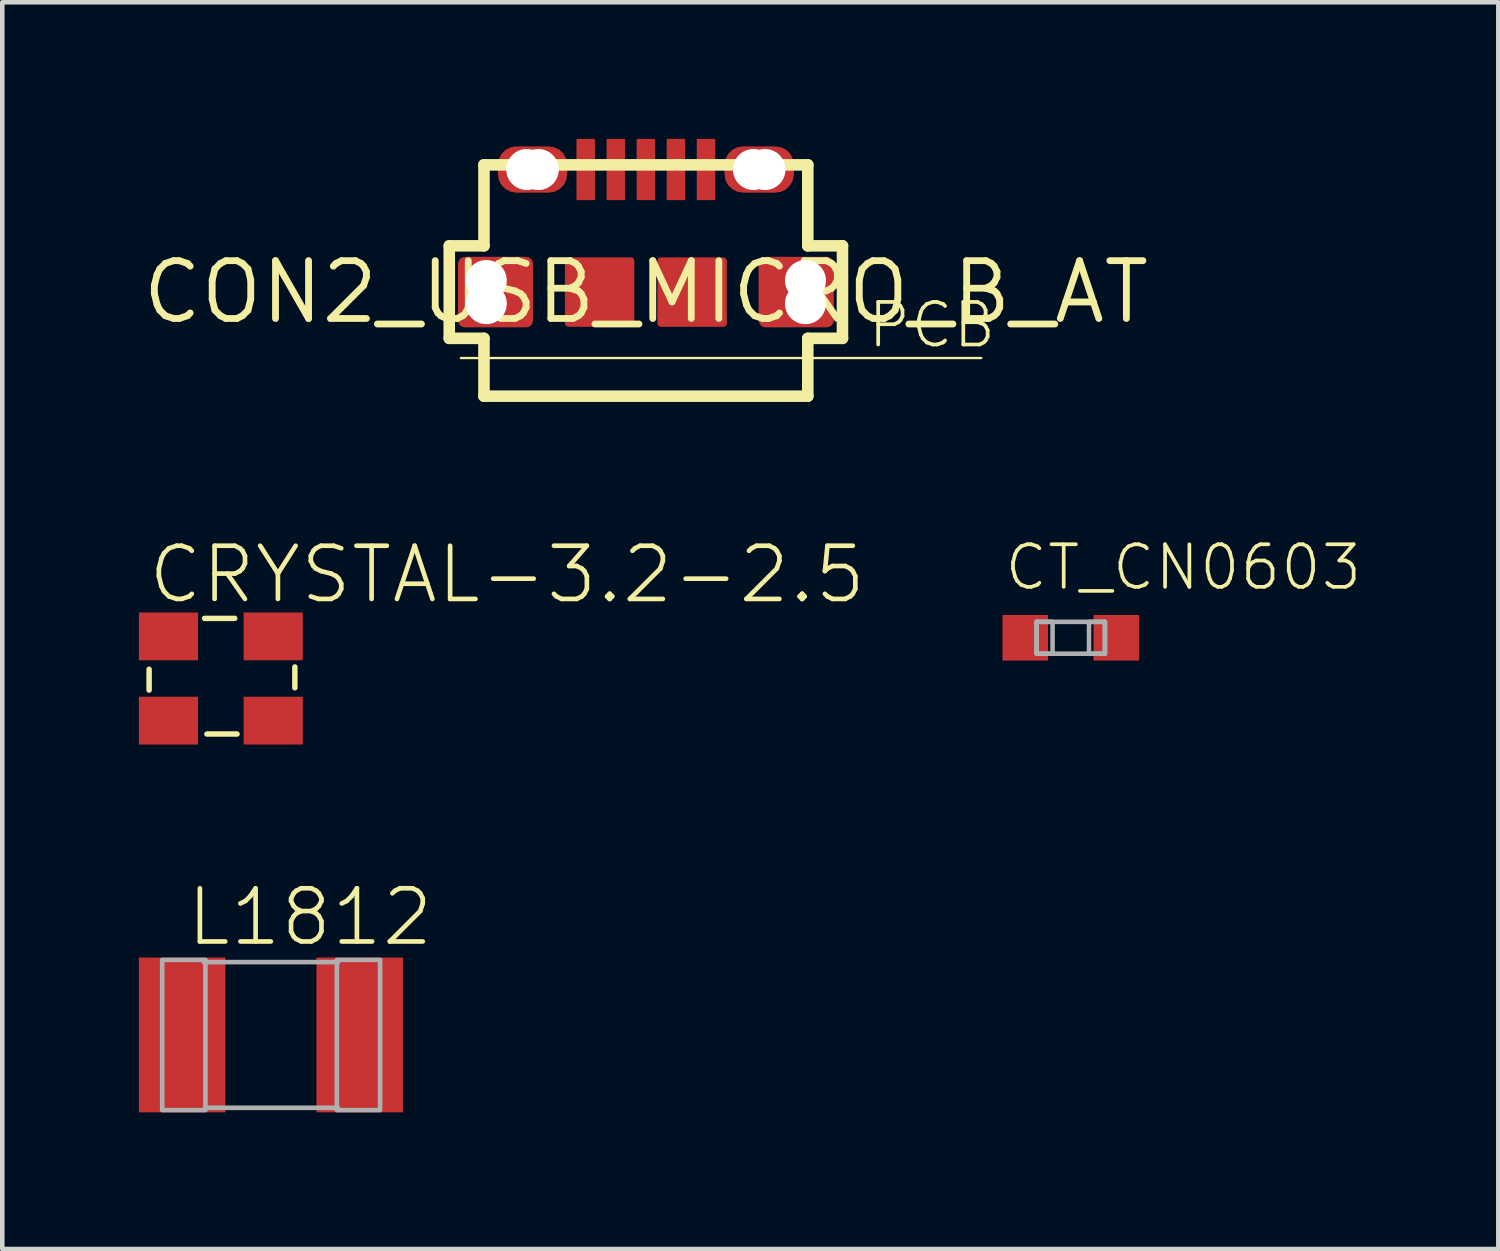
<source format=kicad_pcb>
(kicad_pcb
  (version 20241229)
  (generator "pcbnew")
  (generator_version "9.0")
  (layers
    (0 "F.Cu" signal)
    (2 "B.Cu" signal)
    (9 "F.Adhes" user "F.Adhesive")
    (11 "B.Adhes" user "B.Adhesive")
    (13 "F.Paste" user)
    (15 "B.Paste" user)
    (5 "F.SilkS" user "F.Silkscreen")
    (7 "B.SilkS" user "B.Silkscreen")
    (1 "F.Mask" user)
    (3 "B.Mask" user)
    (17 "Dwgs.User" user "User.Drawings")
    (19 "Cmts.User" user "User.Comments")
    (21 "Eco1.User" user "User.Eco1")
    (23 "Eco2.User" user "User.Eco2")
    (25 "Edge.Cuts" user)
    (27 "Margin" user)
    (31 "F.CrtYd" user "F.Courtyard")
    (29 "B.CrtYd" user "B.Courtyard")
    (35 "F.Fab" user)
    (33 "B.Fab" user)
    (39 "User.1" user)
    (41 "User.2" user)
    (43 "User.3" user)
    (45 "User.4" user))
  (footprint "L1812"
    (layer "F.Cu")
    (at 2.9 19.68)
    (property "Reference" "L1812" (at -1.905 -1.905 0) (layer "F.SilkS") (effects (font (size 1.168 1.168) (thickness 0.102)) (justify left bottom)))
    (fp_line (start -1.473 -1.6) (end 1.473 -1.6) (stroke (width 0.102) (type solid)) (layer "F.Fab"))
    (fp_line (start -1.448 1.6) (end 1.473 1.6) (stroke (width 0.102) (type solid)) (layer "F.Fab"))
    (fp_poly (pts (xy -2.388 1.651) (xy -1.438 1.651) (xy -1.438 -1.649) (xy -2.388 -1.649)) (stroke (width 0.1) (type solid)) (fill no) (layer "F.Fab"))
    (fp_poly (pts (xy 1.448 1.651) (xy 2.398 1.651) (xy 2.398 -1.649) (xy 1.448 -1.649)) (stroke (width 0.1) (type solid)) (fill no) (layer "F.Fab"))
    (pad "1" smd rect (at -1.95 0) (size 1.9 3.4) (layers "F.Cu" "F.Mask" "F.Paste"))
    (pad "2" smd rect (at 1.95 0) (size 1.9 3.4) (layers "F.Cu" "F.Mask" "F.Paste")))
  (footprint "CRYSTAL-3.2-2.5"
    (layer "F.Cu")
    (at 1.8 11.852)
    (property "Reference" "CRYSTAL-3.2-2.5" (at -1.65 -1.6 0) (layer "F.SilkS") (effects (font (size 1.168 1.168) (thickness 0.102)) (justify left bottom)))
    (fp_line (start -1.575 0.254) (end -1.575 -0.203) (stroke (width 0.12) (type solid)) (layer "F.SilkS"))
    (fp_line (start -0.356 -1.321) (end 0.305 -1.321) (stroke (width 0.12) (type solid)) (layer "F.SilkS"))
    (fp_line (start 0.356 1.219) (end -0.305 1.219) (stroke (width 0.12) (type solid)) (layer "F.SilkS"))
    (fp_line (start 1.626 -0.254) (end 1.626 0.203) (stroke (width 0.12) (type solid)) (layer "F.SilkS"))
    (pad "1" smd rect (at -1.15 0.925 90) (size 1.05 1.3) (layers "F.Cu" "F.Mask" "F.Paste"))
    (pad "2" smd rect (at 1.15 0.925 90) (size 1.05 1.3) (layers "F.Cu" "F.Mask" "F.Paste"))
    (pad "3" smd rect (at 1.15 -0.925 90) (size 1.05 1.3) (layers "F.Cu" "F.Mask" "F.Paste"))
    (pad "4" smd rect (at -1.15 -0.925 90) (size 1.05 1.3) (layers "F.Cu" "F.Mask" "F.Paste")))
  (footprint "CON2_USB_MICRO_B_AT"
    (layer "F.Cu")
    (at 11.135 3.365)
    (property "Reference" "CON2_USB_MICRO_B_AT" (at 0 0 0) (layer "F.SilkS") (effects (font (size 1.27 1.27) (thickness 0.15))))
    (fp_line (start -4.318 -1.016) (end -3.556 -1.016) (stroke (width 0.254) (type solid)) (layer "F.SilkS"))
    (fp_line (start -4.318 1.016) (end -4.318 -1.016) (stroke (width 0.254) (type solid)) (layer "F.SilkS"))
    (fp_line (start -4.064 1.448) (end 7.366 1.448) (stroke (width 0.051) (type solid)) (layer "F.SilkS"))
    (fp_line (start -3.556 -2.794) (end 3.556 -2.794) (stroke (width 0.254) (type solid)) (layer "F.SilkS"))
    (fp_line (start -3.556 -1.016) (end -3.556 -2.794) (stroke (width 0.254) (type solid)) (layer "F.SilkS"))
    (fp_line (start -3.556 1.016) (end -4.318 1.016) (stroke (width 0.254) (type solid)) (layer "F.SilkS"))
    (fp_line (start -3.556 2.286) (end -3.556 1.016) (stroke (width 0.254) (type solid)) (layer "F.SilkS"))
    (fp_line (start 3.556 -2.794) (end 3.556 -1.016) (stroke (width 0.254) (type solid)) (layer "F.SilkS"))
    (fp_line (start 3.556 -1.016) (end 4.318 -1.016) (stroke (width 0.254) (type solid)) (layer "F.SilkS"))
    (fp_line (start 3.556 1.016) (end 3.556 2.286) (stroke (width 0.254) (type solid)) (layer "F.SilkS"))
    (fp_line (start 3.556 2.286) (end -3.556 2.286) (stroke (width 0.254) (type solid)) (layer "F.SilkS"))
    (fp_line (start 4.318 -1.016) (end 4.318 1.016) (stroke (width 0.254) (type solid)) (layer "F.SilkS"))
    (fp_line (start 4.318 1.016) (end 3.556 1.016) (stroke (width 0.254) (type solid)) (layer "F.SilkS"))
    (fp_line (start -4.039 0.432) (end -4.039 -0.432) (stroke (width 0.127) (type solid)) (layer "F.Paste"))
    (fp_line (start -3.937 -0.584) (end -3.937 0.584) (stroke (width 0.127) (type solid)) (layer "F.Paste"))
    (fp_line (start -3.785 -0.686) (end -2.819 -0.686) (stroke (width 0.127) (type solid)) (layer "F.Paste"))
    (fp_line (start -3.15 -2.515) (end -3.15 -2.87) (stroke (width 0.127) (type solid)) (layer "F.Paste"))
    (fp_line (start -3.073 -0.66) (end -2.972 -0.66) (stroke (width 0.127) (type solid)) (layer "F.Paste"))
    (fp_line (start -3.073 0.635) (end -3.073 -0.66) (stroke (width 0.127) (type solid)) (layer "F.Paste"))
    (fp_line (start -3.048 -2.87) (end -3.023 -2.489) (stroke (width 0.127) (type solid)) (layer "F.Paste"))
    (fp_line (start -2.972 -0.66) (end -2.972 0.635) (stroke (width 0.127) (type solid)) (layer "F.Paste"))
    (fp_line (start -2.972 -0.66) (end -2.946 -0.66) (stroke (width 0.127) (type solid)) (layer "F.Paste"))
    (fp_line (start -2.972 0.635) (end -2.845 0.635) (stroke (width 0.127) (type solid)) (layer "F.Paste"))
    (fp_line (start -2.896 -3.124) (end -2.083 -3.124) (stroke (width 0.127) (type solid)) (layer "F.Paste"))
    (fp_line (start -2.845 -0.635) (end -2.743 -0.635) (stroke (width 0.127) (type solid)) (layer "F.Paste"))
    (fp_line (start -2.845 0.635) (end -2.845 -0.635) (stroke (width 0.127) (type solid)) (layer "F.Paste"))
    (fp_line (start -2.819 0.686) (end -3.785 0.686) (stroke (width 0.127) (type solid)) (layer "F.Paste"))
    (fp_line (start -2.743 -0.635) (end -2.743 0.635) (stroke (width 0.127) (type solid)) (layer "F.Paste"))
    (fp_line (start -2.743 0.635) (end -2.692 0.635) (stroke (width 0.127) (type solid)) (layer "F.Paste"))
    (fp_line (start -2.692 0.635) (end -2.692 -0.635) (stroke (width 0.127) (type solid)) (layer "F.Paste"))
    (fp_line (start -2.565 -0.432) (end -2.565 0.432) (stroke (width 0.127) (type solid)) (layer "F.Paste"))
    (fp_line (start -2.083 -2.261) (end -2.896 -2.261) (stroke (width 0.127) (type solid)) (layer "F.Paste"))
    (fp_line (start -1.956 -2.489) (end -1.956 -2.896) (stroke (width 0.127) (type solid)) (layer "F.Paste"))
    (fp_line (start -1.829 -2.87) (end -1.829 -2.515) (stroke (width 0.127) (type solid)) (layer "F.Paste"))
    (fp_line (start 1.829 -2.515) (end 1.829 -2.87) (stroke (width 0.127) (type solid)) (layer "F.Paste"))
    (fp_line (start 1.93 -2.87) (end 1.93 -2.515) (stroke (width 0.127) (type solid)) (layer "F.Paste"))
    (fp_line (start 2.083 -3.124) (end 2.896 -3.124) (stroke (width 0.127) (type solid)) (layer "F.Paste"))
    (fp_line (start 2.591 0.432) (end 2.591 -0.432) (stroke (width 0.127) (type solid)) (layer "F.Paste"))
    (fp_line (start 2.692 -0.584) (end 2.692 0.584) (stroke (width 0.127) (type solid)) (layer "F.Paste"))
    (fp_line (start 2.692 0.584) (end 2.819 0.584) (stroke (width 0.127) (type solid)) (layer "F.Paste"))
    (fp_line (start 2.819 -0.584) (end 2.946 -0.584) (stroke (width 0.127) (type solid)) (layer "F.Paste"))
    (fp_line (start 2.819 0.584) (end 2.819 -0.584) (stroke (width 0.127) (type solid)) (layer "F.Paste"))
    (fp_line (start 2.845 -0.686) (end 3.759 -0.686) (stroke (width 0.127) (type solid)) (layer "F.Paste"))
    (fp_line (start 2.896 -2.261) (end 2.083 -2.261) (stroke (width 0.127) (type solid)) (layer "F.Paste"))
    (fp_line (start 2.946 -0.584) (end 2.946 0.61) (stroke (width 0.127) (type solid)) (layer "F.Paste"))
    (fp_line (start 2.946 0.61) (end 3.048 0.61) (stroke (width 0.127) (type solid)) (layer "F.Paste"))
    (fp_line (start 3.023 -2.896) (end 3.023 -2.489) (stroke (width 0.127) (type solid)) (layer "F.Paste"))
    (fp_line (start 3.073 0.584) (end 3.073 -0.61) (stroke (width 0.127) (type solid)) (layer "F.Paste"))
    (fp_line (start 3.15 -2.87) (end 3.15 -2.515) (stroke (width 0.127) (type solid)) (layer "F.Paste"))
    (fp_line (start 3.759 0.686) (end 2.845 0.686) (stroke (width 0.127) (type solid)) (layer "F.Paste"))
    (fp_line (start 3.912 -0.584) (end 3.912 0.584) (stroke (width 0.127) (type solid)) (layer "F.Paste"))
    (fp_line (start 4.013 -0.432) (end 4.013 0.432) (stroke (width 0.127) (type solid)) (layer "F.Paste"))
    (fp_arc (start -4.0386 -0.4318) (mid -3.964205 -0.611405) (end -3.7846 -0.6858) (stroke (width 0.127) (type solid)) (layer "F.Paste"))
    (fp_arc (start -3.7846 0.6858) (mid -3.964205 0.611405) (end -4.0386 0.4318) (stroke (width 0.127) (type solid)) (layer "F.Paste"))
    (fp_arc (start -3.1496 -2.8702) (mid -3.075205 -3.049805) (end -2.8956 -3.1242) (stroke (width 0.127) (type solid)) (layer "F.Paste"))
    (fp_arc (start -3.048 -2.8702) (mid -3.003363 -2.977963) (end -2.8956 -3.0226) (stroke (width 0.127) (type solid)) (layer "F.Paste"))
    (fp_arc (start -2.8956 -2.3622) (mid -2.985403 -2.399397) (end -3.0226 -2.4892) (stroke (width 0.127) (type solid)) (layer "F.Paste"))
    (fp_arc (start -2.8956 -2.2606) (mid -3.075205 -2.334995) (end -3.1496 -2.5146) (stroke (width 0.127) (type solid)) (layer "F.Paste"))
    (fp_arc (start -2.8194 -0.6858) (mid -2.639795 -0.611405) (end -2.5654 -0.4318) (stroke (width 0.127) (type solid)) (layer "F.Paste"))
    (fp_arc (start -2.5654 0.4318) (mid -2.639795 0.611405) (end -2.8194 0.6858) (stroke (width 0.127) (type solid)) (layer "F.Paste"))
    (fp_arc (start -2.0828 -3.1242) (mid -1.903195 -3.049805) (end -1.8288 -2.8702) (stroke (width 0.127) (type solid)) (layer "F.Paste"))
    (fp_arc (start -2.0828 -3.0226) (mid -1.992997 -2.985403) (end -1.9558 -2.8956) (stroke (width 0.127) (type solid)) (layer "F.Paste"))
    (fp_arc (start -1.9558 -2.4892) (mid -1.992997 -2.399397) (end -2.0828 -2.3622) (stroke (width 0.127) (type solid)) (layer "F.Paste"))
    (fp_arc (start -1.8288 -2.5146) (mid -1.903195 -2.334995) (end -2.0828 -2.2606) (stroke (width 0.127) (type solid)) (layer "F.Paste"))
    (fp_arc (start 1.8288 -2.8702) (mid 1.903195 -3.049805) (end 2.0828 -3.1242) (stroke (width 0.127) (type solid)) (layer "F.Paste"))
    (fp_arc (start 1.9304 -2.8702) (mid 1.967597 -2.960003) (end 2.0574 -2.9972) (stroke (width 0.127) (type solid)) (layer "F.Paste"))
    (fp_arc (start 2.0574 -2.3876) (mid 1.967597 -2.424797) (end 1.9304 -2.5146) (stroke (width 0.127) (type solid)) (layer "F.Paste"))
    (fp_arc (start 2.0828 -2.2606) (mid 1.903195 -2.334995) (end 1.8288 -2.5146) (stroke (width 0.127) (type solid)) (layer "F.Paste"))
    (fp_arc (start 2.5908 -0.4318) (mid 2.665195 -0.611405) (end 2.8448 -0.6858) (stroke (width 0.127) (type solid)) (layer "F.Paste"))
    (fp_arc (start 2.8448 0.6858) (mid 2.665195 0.611405) (end 2.5908 0.4318) (stroke (width 0.127) (type solid)) (layer "F.Paste"))
    (fp_arc (start 2.8956 -3.1242) (mid 3.075205 -3.049805) (end 3.1496 -2.8702) (stroke (width 0.127) (type solid)) (layer "F.Paste"))
    (fp_arc (start 2.8956 -3.0226) (mid 2.985403 -2.985403) (end 3.0226 -2.8956) (stroke (width 0.127) (type solid)) (layer "F.Paste"))
    (fp_arc (start 3.0226 -2.4892) (mid 2.985403 -2.399397) (end 2.8956 -2.3622) (stroke (width 0.127) (type solid)) (layer "F.Paste"))
    (fp_arc (start 3.0734 0.5842) (mid 3.065961 0.602161) (end 3.048 0.6096) (stroke (width 0.127) (type solid)) (layer "F.Paste"))
    (fp_arc (start 3.1496 -2.5146) (mid 3.075205 -2.334995) (end 2.8956 -2.2606) (stroke (width 0.127) (type solid)) (layer "F.Paste"))
    (fp_arc (start 3.7592 -0.6858) (mid 3.938805 -0.611405) (end 4.0132 -0.4318) (stroke (width 0.127) (type solid)) (layer "F.Paste"))
    (fp_arc (start 4.0132 0.4318) (mid 3.938805 0.611405) (end 3.7592 0.6858) (stroke (width 0.127) (type solid)) (layer "F.Paste"))
    (fp_text user "PCB" (at 4.826 1.27 0) (layer "F.SilkS") (effects (font (size 0.935 0.935) (thickness 0.081)) (justify left bottom)))
    (pad "" np_thru_hole circle (at -3.505 -0.254) (size 0.9 0.9) (drill 0.9) (layers "*.Cu" "*.Mask"))
    (pad "" np_thru_hole circle (at -3.505 0.254) (size 0.9 0.9) (drill 0.9) (layers "*.Cu" "*.Mask"))
    (pad "" np_thru_hole circle (at -2.616 -2.692) (size 0.9 0.9) (drill 0.9) (layers "*.Cu" "*.Mask"))
    (pad "" np_thru_hole circle (at -2.362 -2.692) (size 0.9 0.9) (drill 0.9) (layers "*.Cu" "*.Mask"))
    (pad "" np_thru_hole circle (at 2.362 -2.692) (size 0.9 0.9) (drill 0.9) (layers "*.Cu" "*.Mask"))
    (pad "" np_thru_hole circle (at 2.616 -2.692) (size 0.9 0.9) (drill 0.9) (layers "*.Cu" "*.Mask"))
    (pad "" np_thru_hole circle (at 3.505 -0.254) (size 0.9 0.9) (drill 0.9) (layers "*.Cu" "*.Mask"))
    (pad "" np_thru_hole circle (at 3.505 0.254) (size 0.9 0.9) (drill 0.9) (layers "*.Cu" "*.Mask"))
    (pad "P1" smd roundrect (at -1.321 -2.692) (size 0.406 1.346) (layers "F.Cu" "F.Mask" "F.Paste") (roundrect_rratio 0.05))
    (pad "P2" smd roundrect (at -0.66 -2.692) (size 0.406 1.346) (layers "F.Cu" "F.Mask" "F.Paste") (roundrect_rratio 0.05))
    (pad "P3" smd roundrect (at 0 -2.692) (size 0.406 1.346) (layers "F.Cu" "F.Mask" "F.Paste") (roundrect_rratio 0.05))
    (pad "P4" smd roundrect (at 0.66 -2.692) (size 0.406 1.346) (layers "F.Cu" "F.Mask" "F.Paste") (roundrect_rratio 0.05))
    (pad "P5" smd roundrect (at 1.321 -2.692) (size 0.406 1.346) (layers "F.Cu" "F.Mask" "F.Paste") (roundrect_rratio 0.05))
    (pad "S1" smd roundrect (at -3.302 0) (size 1.651 1.549) (layers "F.Cu" "F.Mask") (roundrect_rratio 0.1))
    (pad "S2" smd roundrect (at 3.302 0) (size 1.651 1.549) (layers "F.Cu" "F.Mask") (roundrect_rratio 0.1))
    (pad "S3" smd roundrect (at -2.489 -2.692) (size 1.524 1.016) (layers "F.Cu" "F.Mask") (roundrect_rratio 0.4))
    (pad "S4" smd roundrect (at 2.489 -2.692) (size 1.524 1.016) (layers "F.Cu" "F.Mask") (roundrect_rratio 0.4))
    (pad "S5" smd roundrect (at -1.016 0) (size 1.524 1.524) (layers "F.Cu" "F.Mask" "F.Paste") (roundrect_rratio 0.05))
    (pad "S6" smd roundrect (at 1.016 0) (size 1.524 1.524) (layers "F.Cu" "F.Mask" "F.Paste") (roundrect_rratio 0.05)))
  (footprint "CT_CN0603"
    (layer "F.Cu")
    (at 20.467 10.957)
    (property "Reference" "CT_CN0603" (at -1.5 -1 0) (layer "F.SilkS") (effects (font (size 0.935 0.935) (thickness 0.081)) (justify left bottom)))
    (fp_line (start -0.75 -0.35) (end 0.75 -0.35) (stroke (width 0.102) (type solid)) (layer "F.Fab"))
    (fp_line (start -0.75 0.35) (end -0.75 -0.35) (stroke (width 0.102) (type solid)) (layer "F.Fab"))
    (fp_line (start 0.75 -0.35) (end 0.75 0.35) (stroke (width 0.102) (type solid)) (layer "F.Fab"))
    (fp_line (start 0.75 0.35) (end -0.75 0.35) (stroke (width 0.102) (type solid)) (layer "F.Fab"))
    (fp_poly (pts (xy -0.75 0.35) (xy -0.4 0.35) (xy -0.4 -0.35) (xy -0.75 -0.35)) (stroke (width 0.1) (type solid)) (fill no) (layer "F.Fab"))
    (fp_poly (pts (xy 0.75 -0.35) (xy 0.4 -0.35) (xy 0.4 0.35) (xy 0.75 0.35)) (stroke (width 0.1) (type solid)) (fill no) (layer "F.Fab"))
    (pad "1" smd rect (at -1 0) (size 1 1) (layers "F.Cu" "F.Mask" "F.Paste"))
    (pad "2" smd rect (at 1 0) (size 1 1) (layers "F.Cu" "F.Mask" "F.Paste")))
  (gr_rect
    (start -3 -3)
    (end 29.857 24.381)
    (stroke (width 0.1) (type default))
    (fill no)
    (layer "Edge.Cuts")))
</source>
